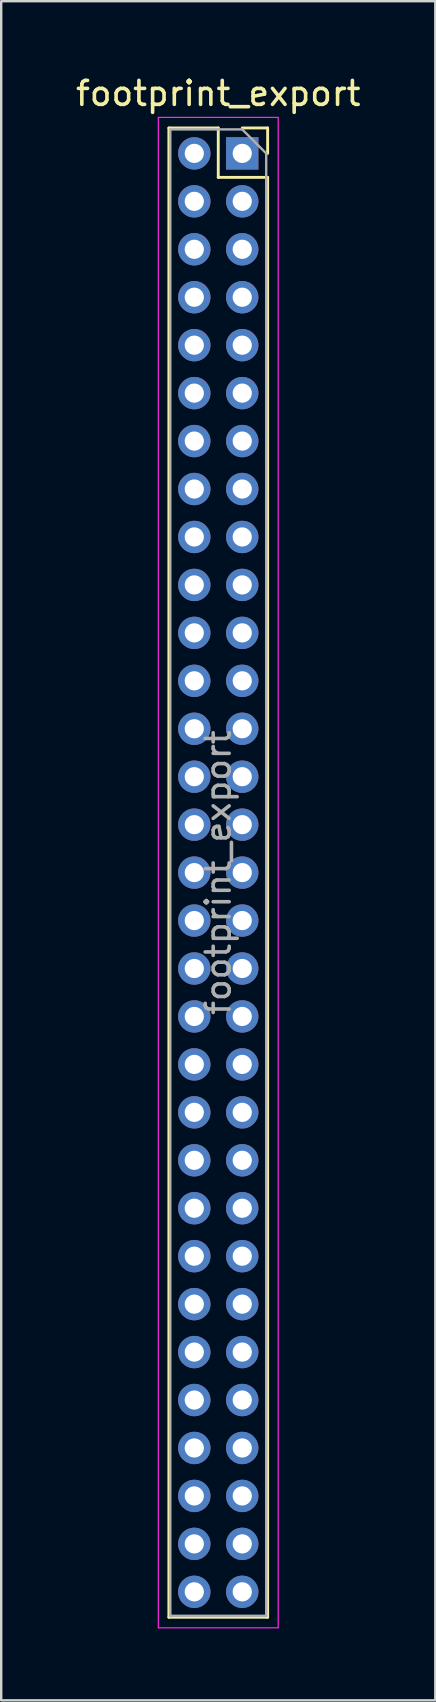
<source format=kicad_pcb>
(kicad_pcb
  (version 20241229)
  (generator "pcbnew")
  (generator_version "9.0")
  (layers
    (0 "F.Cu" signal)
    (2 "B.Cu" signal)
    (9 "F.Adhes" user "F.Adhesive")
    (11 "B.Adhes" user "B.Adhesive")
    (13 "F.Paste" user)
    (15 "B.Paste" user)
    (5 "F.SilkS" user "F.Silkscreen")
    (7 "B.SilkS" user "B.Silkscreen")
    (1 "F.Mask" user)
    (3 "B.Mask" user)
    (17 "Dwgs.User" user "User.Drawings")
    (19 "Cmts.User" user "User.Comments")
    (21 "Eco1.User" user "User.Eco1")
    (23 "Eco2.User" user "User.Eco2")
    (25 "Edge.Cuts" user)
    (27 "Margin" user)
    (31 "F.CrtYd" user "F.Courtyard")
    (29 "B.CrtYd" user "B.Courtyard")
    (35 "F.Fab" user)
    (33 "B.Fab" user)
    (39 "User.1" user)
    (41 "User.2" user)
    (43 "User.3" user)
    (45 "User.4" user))
  (footprint "footprint_export"
    (layer "F.Cu")
    (at 7.054 3.348)
    (property "Reference" "footprint_export" (at -1 -2.5 0) (layer "F.SilkS") (effects (font (size 1 1) (thickness 0.15))))
    (attr through_hole)
    (fp_line (start -3.06 -1.06) (end -3.06 61.06) (stroke (width 0.12) (type solid)) (layer "F.SilkS"))
    (fp_line (start -3.06 -1.06) (end -1 -1.06) (stroke (width 0.12) (type solid)) (layer "F.SilkS"))
    (fp_line (start -3.06 61.06) (end 1.06 61.06) (stroke (width 0.12) (type solid)) (layer "F.SilkS"))
    (fp_line (start -1 -1.06) (end -1 1) (stroke (width 0.12) (type solid)) (layer "F.SilkS"))
    (fp_line (start -1 1) (end 1.06 1) (stroke (width 0.12) (type solid)) (layer "F.SilkS"))
    (fp_line (start 0 -1.06) (end 1.06 -1.06) (stroke (width 0.12) (type solid)) (layer "F.SilkS"))
    (fp_line (start 1.06 -1.06) (end 1.06 0) (stroke (width 0.12) (type solid)) (layer "F.SilkS"))
    (fp_line (start 1.06 1) (end 1.06 61.06) (stroke (width 0.12) (type solid)) (layer "F.SilkS"))
    (fp_line (start -3.5 -1.5) (end 1.5 -1.5) (stroke (width 0.05) (type solid)) (layer "F.CrtYd"))
    (fp_line (start -3.5 61.5) (end -3.5 -1.5) (stroke (width 0.05) (type solid)) (layer "F.CrtYd"))
    (fp_line (start 1.5 -1.5) (end 1.5 61.5) (stroke (width 0.05) (type solid)) (layer "F.CrtYd"))
    (fp_line (start 1.5 61.5) (end -3.5 61.5) (stroke (width 0.05) (type solid)) (layer "F.CrtYd"))
    (fp_line (start -3 -1) (end 0 -1) (stroke (width 0.1) (type solid)) (layer "F.Fab"))
    (fp_line (start -3 61) (end -3 -1) (stroke (width 0.1) (type solid)) (layer "F.Fab"))
    (fp_line (start 0 -1) (end 1 0) (stroke (width 0.1) (type solid)) (layer "F.Fab"))
    (fp_line (start 1 0) (end 1 61) (stroke (width 0.1) (type solid)) (layer "F.Fab"))
    (fp_line (start 1 61) (end -3 61) (stroke (width 0.1) (type solid)) (layer "F.Fab"))
    (fp_text user "${REFERENCE}" (at -1 30 90) (layer "F.Fab") (effects (font (size 1 1) (thickness 0.15))))
    (pad "1" thru_hole rect (at 0 0) (size 1.35 1.35) (drill 0.8) (layers "*.Cu" "*.Mask"))
    (pad "2" thru_hole oval (at -2 0) (size 1.35 1.35) (drill 0.8) (layers "*.Cu" "*.Mask"))
    (pad "3" thru_hole oval (at 0 2) (size 1.35 1.35) (drill 0.8) (layers "*.Cu" "*.Mask"))
    (pad "4" thru_hole oval (at -2 2) (size 1.35 1.35) (drill 0.8) (layers "*.Cu" "*.Mask"))
    (pad "5" thru_hole oval (at 0 4) (size 1.35 1.35) (drill 0.8) (layers "*.Cu" "*.Mask"))
    (pad "6" thru_hole oval (at -2 4) (size 1.35 1.35) (drill 0.8) (layers "*.Cu" "*.Mask"))
    (pad "7" thru_hole oval (at 0 6) (size 1.35 1.35) (drill 0.8) (layers "*.Cu" "*.Mask"))
    (pad "8" thru_hole oval (at -2 6) (size 1.35 1.35) (drill 0.8) (layers "*.Cu" "*.Mask"))
    (pad "9" thru_hole oval (at 0 8) (size 1.35 1.35) (drill 0.8) (layers "*.Cu" "*.Mask"))
    (pad "10" thru_hole oval (at -2 8) (size 1.35 1.35) (drill 0.8) (layers "*.Cu" "*.Mask"))
    (pad "11" thru_hole oval (at 0 10) (size 1.35 1.35) (drill 0.8) (layers "*.Cu" "*.Mask"))
    (pad "12" thru_hole oval (at -2 10) (size 1.35 1.35) (drill 0.8) (layers "*.Cu" "*.Mask"))
    (pad "13" thru_hole oval (at 0 12) (size 1.35 1.35) (drill 0.8) (layers "*.Cu" "*.Mask"))
    (pad "14" thru_hole oval (at -2 12) (size 1.35 1.35) (drill 0.8) (layers "*.Cu" "*.Mask"))
    (pad "15" thru_hole oval (at 0 14) (size 1.35 1.35) (drill 0.8) (layers "*.Cu" "*.Mask"))
    (pad "16" thru_hole oval (at -2 14) (size 1.35 1.35) (drill 0.8) (layers "*.Cu" "*.Mask"))
    (pad "17" thru_hole oval (at 0 16) (size 1.35 1.35) (drill 0.8) (layers "*.Cu" "*.Mask"))
    (pad "18" thru_hole oval (at -2 16) (size 1.35 1.35) (drill 0.8) (layers "*.Cu" "*.Mask"))
    (pad "19" thru_hole oval (at 0 18) (size 1.35 1.35) (drill 0.8) (layers "*.Cu" "*.Mask"))
    (pad "20" thru_hole oval (at -2 18) (size 1.35 1.35) (drill 0.8) (layers "*.Cu" "*.Mask"))
    (pad "21" thru_hole oval (at 0 20) (size 1.35 1.35) (drill 0.8) (layers "*.Cu" "*.Mask"))
    (pad "22" thru_hole oval (at -2 20) (size 1.35 1.35) (drill 0.8) (layers "*.Cu" "*.Mask"))
    (pad "23" thru_hole oval (at 0 22) (size 1.35 1.35) (drill 0.8) (layers "*.Cu" "*.Mask"))
    (pad "24" thru_hole oval (at -2 22) (size 1.35 1.35) (drill 0.8) (layers "*.Cu" "*.Mask"))
    (pad "25" thru_hole oval (at 0 24) (size 1.35 1.35) (drill 0.8) (layers "*.Cu" "*.Mask"))
    (pad "26" thru_hole oval (at -2 24) (size 1.35 1.35) (drill 0.8) (layers "*.Cu" "*.Mask"))
    (pad "27" thru_hole oval (at 0 26) (size 1.35 1.35) (drill 0.8) (layers "*.Cu" "*.Mask"))
    (pad "28" thru_hole oval (at -2 26) (size 1.35 1.35) (drill 0.8) (layers "*.Cu" "*.Mask"))
    (pad "29" thru_hole oval (at 0 28) (size 1.35 1.35) (drill 0.8) (layers "*.Cu" "*.Mask"))
    (pad "30" thru_hole oval (at -2 28) (size 1.35 1.35) (drill 0.8) (layers "*.Cu" "*.Mask"))
    (pad "31" thru_hole oval (at 0 30) (size 1.35 1.35) (drill 0.8) (layers "*.Cu" "*.Mask"))
    (pad "32" thru_hole oval (at -2 30) (size 1.35 1.35) (drill 0.8) (layers "*.Cu" "*.Mask"))
    (pad "33" thru_hole oval (at 0 32) (size 1.35 1.35) (drill 0.8) (layers "*.Cu" "*.Mask"))
    (pad "34" thru_hole oval (at -2 32) (size 1.35 1.35) (drill 0.8) (layers "*.Cu" "*.Mask"))
    (pad "35" thru_hole oval (at 0 34) (size 1.35 1.35) (drill 0.8) (layers "*.Cu" "*.Mask"))
    (pad "36" thru_hole oval (at -2 34) (size 1.35 1.35) (drill 0.8) (layers "*.Cu" "*.Mask"))
    (pad "37" thru_hole oval (at 0 36) (size 1.35 1.35) (drill 0.8) (layers "*.Cu" "*.Mask"))
    (pad "38" thru_hole oval (at -2 36) (size 1.35 1.35) (drill 0.8) (layers "*.Cu" "*.Mask"))
    (pad "39" thru_hole oval (at 0 38) (size 1.35 1.35) (drill 0.8) (layers "*.Cu" "*.Mask"))
    (pad "40" thru_hole oval (at -2 38) (size 1.35 1.35) (drill 0.8) (layers "*.Cu" "*.Mask"))
    (pad "41" thru_hole oval (at 0 40) (size 1.35 1.35) (drill 0.8) (layers "*.Cu" "*.Mask"))
    (pad "42" thru_hole oval (at -2 40) (size 1.35 1.35) (drill 0.8) (layers "*.Cu" "*.Mask"))
    (pad "43" thru_hole oval (at 0 42) (size 1.35 1.35) (drill 0.8) (layers "*.Cu" "*.Mask"))
    (pad "44" thru_hole oval (at -2 42) (size 1.35 1.35) (drill 0.8) (layers "*.Cu" "*.Mask"))
    (pad "45" thru_hole oval (at 0 44) (size 1.35 1.35) (drill 0.8) (layers "*.Cu" "*.Mask"))
    (pad "46" thru_hole oval (at -2 44) (size 1.35 1.35) (drill 0.8) (layers "*.Cu" "*.Mask"))
    (pad "47" thru_hole oval (at 0 46) (size 1.35 1.35) (drill 0.8) (layers "*.Cu" "*.Mask"))
    (pad "48" thru_hole oval (at -2 46) (size 1.35 1.35) (drill 0.8) (layers "*.Cu" "*.Mask"))
    (pad "49" thru_hole oval (at 0 48) (size 1.35 1.35) (drill 0.8) (layers "*.Cu" "*.Mask"))
    (pad "50" thru_hole oval (at -2 48) (size 1.35 1.35) (drill 0.8) (layers "*.Cu" "*.Mask"))
    (pad "51" thru_hole oval (at 0 50) (size 1.35 1.35) (drill 0.8) (layers "*.Cu" "*.Mask"))
    (pad "52" thru_hole oval (at -2 50) (size 1.35 1.35) (drill 0.8) (layers "*.Cu" "*.Mask"))
    (pad "53" thru_hole oval (at 0 52) (size 1.35 1.35) (drill 0.8) (layers "*.Cu" "*.Mask"))
    (pad "54" thru_hole oval (at -2 52) (size 1.35 1.35) (drill 0.8) (layers "*.Cu" "*.Mask"))
    (pad "55" thru_hole oval (at 0 54) (size 1.35 1.35) (drill 0.8) (layers "*.Cu" "*.Mask"))
    (pad "56" thru_hole oval (at -2 54) (size 1.35 1.35) (drill 0.8) (layers "*.Cu" "*.Mask"))
    (pad "57" thru_hole oval (at 0 56) (size 1.35 1.35) (drill 0.8) (layers "*.Cu" "*.Mask"))
    (pad "58" thru_hole oval (at -2 56) (size 1.35 1.35) (drill 0.8) (layers "*.Cu" "*.Mask"))
    (pad "59" thru_hole oval (at 0 58) (size 1.35 1.35) (drill 0.8) (layers "*.Cu" "*.Mask"))
    (pad "60" thru_hole oval (at -2 58) (size 1.35 1.35) (drill 0.8) (layers "*.Cu" "*.Mask"))
    (pad "61" thru_hole oval (at 0 60) (size 1.35 1.35) (drill 0.8) (layers "*.Cu" "*.Mask"))
    (pad "62" thru_hole oval (at -2 60) (size 1.35 1.35) (drill 0.8) (layers "*.Cu" "*.Mask")))
  (gr_rect
    (start -3 -3)
    (end 15.107 67.873)
    (stroke (width 0.1) (type default))
    (fill no)
    (layer "Edge.Cuts")))
</source>
